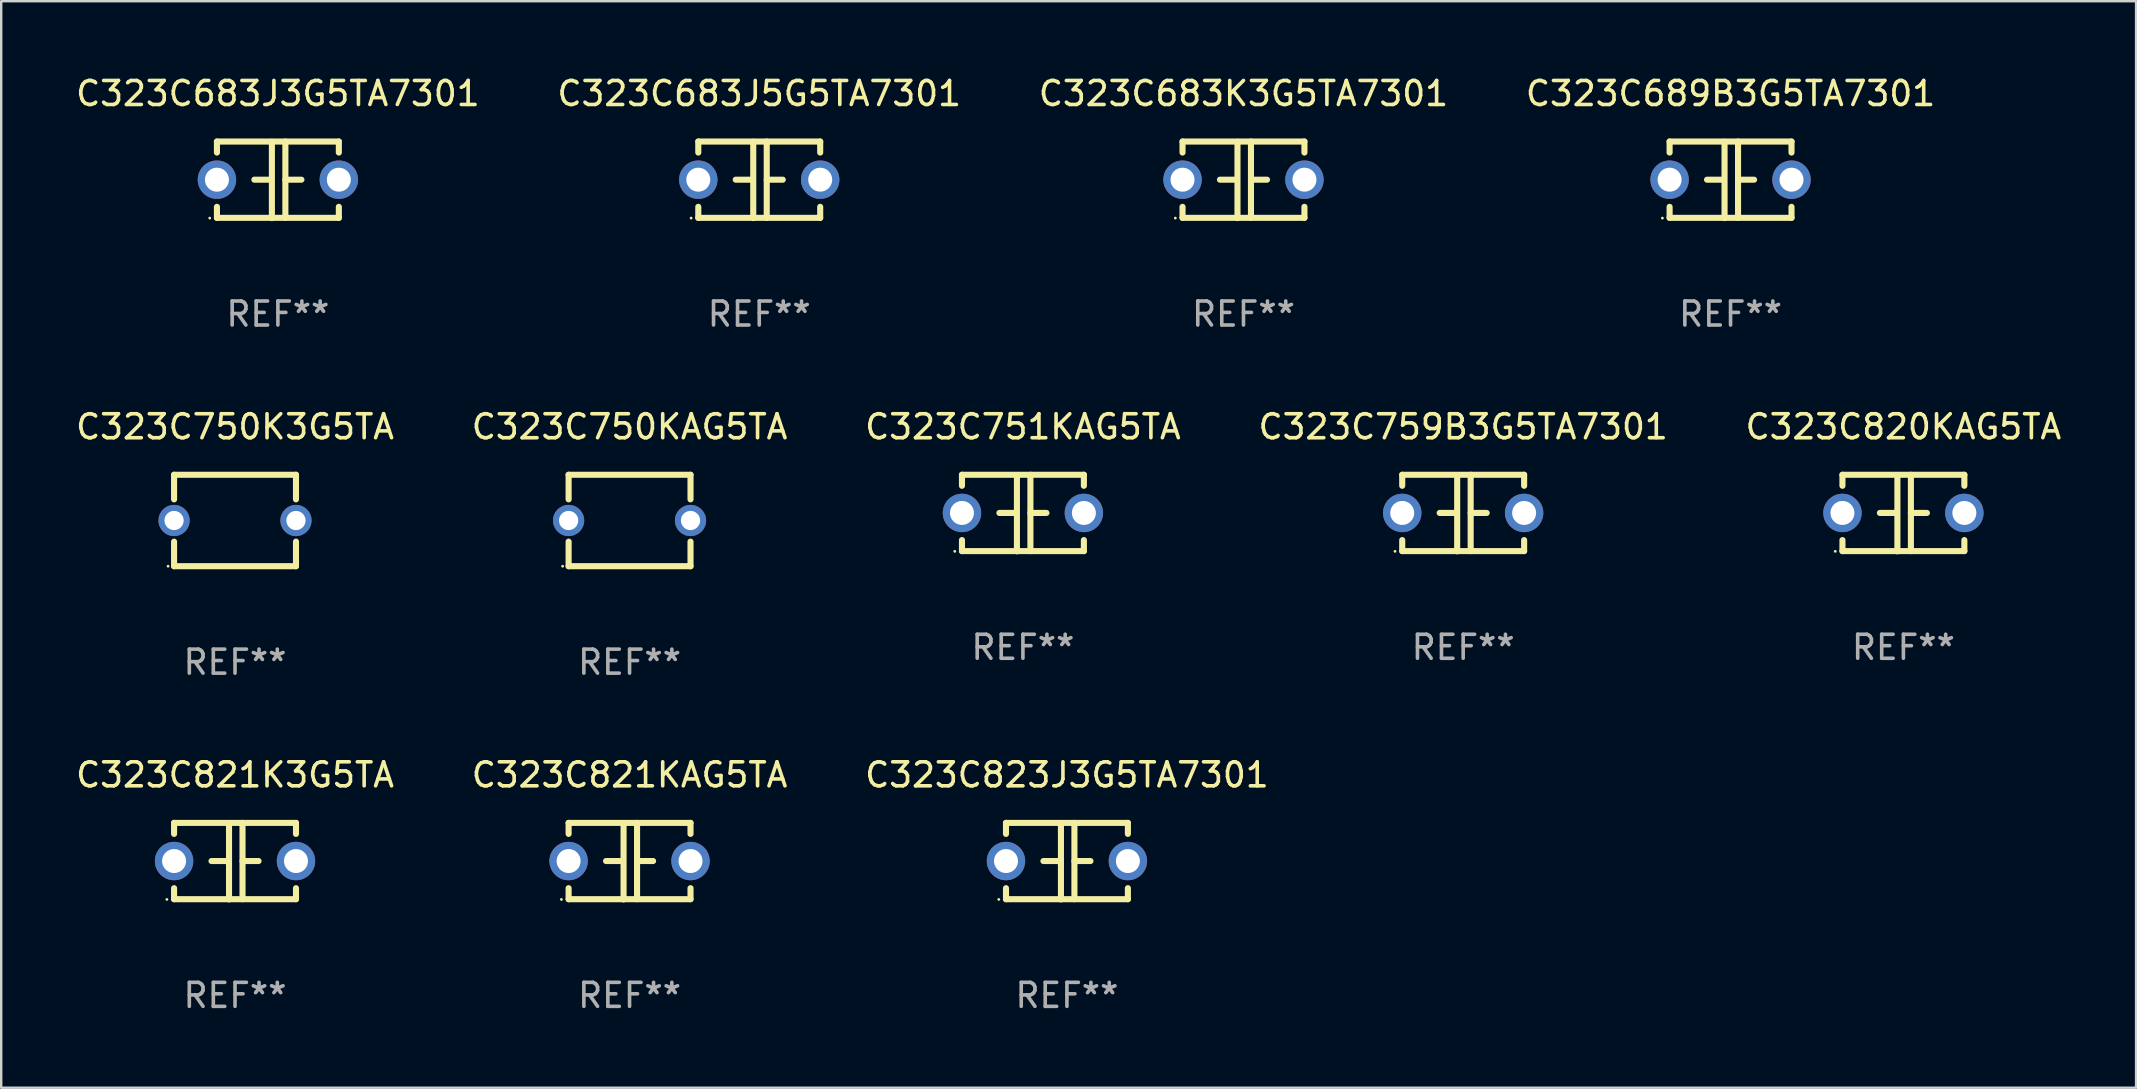
<source format=kicad_pcb>
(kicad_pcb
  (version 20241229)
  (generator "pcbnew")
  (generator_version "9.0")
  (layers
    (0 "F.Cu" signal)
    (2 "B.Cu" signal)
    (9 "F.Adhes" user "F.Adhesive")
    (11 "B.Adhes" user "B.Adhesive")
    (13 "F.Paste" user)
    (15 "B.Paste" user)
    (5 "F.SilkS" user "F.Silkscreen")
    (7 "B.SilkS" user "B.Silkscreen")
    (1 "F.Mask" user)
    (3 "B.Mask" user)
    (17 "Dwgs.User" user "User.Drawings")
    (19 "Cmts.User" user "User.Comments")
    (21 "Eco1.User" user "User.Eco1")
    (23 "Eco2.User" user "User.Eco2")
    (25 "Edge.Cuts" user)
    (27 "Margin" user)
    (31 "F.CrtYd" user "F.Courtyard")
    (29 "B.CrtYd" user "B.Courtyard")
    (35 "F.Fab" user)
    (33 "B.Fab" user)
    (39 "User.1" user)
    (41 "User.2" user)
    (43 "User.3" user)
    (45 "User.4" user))
  (footprint "C323C759B3G5TA7301"
    (layer "F.Cu")
    (at 57.923 18.33)
    (property "Reference" "C323C759B3G5TA7301" (at 0 -3.595 0) (layer "F.SilkS") (effects (font (size 1 1) (thickness 0.15))))
    (attr through_hole)
    (fp_line (start -2.54 -1.595) (end -2.54 -1.136) (stroke (width 0.254) (type solid)) (layer "F.SilkS"))
    (fp_line (start -2.54 -1.595) (end 2.54 -1.595) (stroke (width 0.254) (type solid)) (layer "F.SilkS"))
    (fp_line (start -2.54 1.126) (end -2.54 1.585) (stroke (width 0.254) (type solid)) (layer "F.SilkS"))
    (fp_line (start -0.312 -0.005) (end -0.98 -0.005) (stroke (width 0.254) (type solid)) (layer "F.SilkS"))
    (fp_line (start -0.25 -1.585) (end -0.25 1.595) (stroke (width 0.254) (type solid)) (layer "F.SilkS"))
    (fp_line (start 0.312 -1.595) (end 0.312 1.585) (stroke (width 0.254) (type solid)) (layer "F.SilkS"))
    (fp_line (start 0.312 -0.005) (end 0.98 -0.005) (stroke (width 0.254) (type solid)) (layer "F.SilkS"))
    (fp_line (start 2.54 -1.595) (end 2.54 -1.136) (stroke (width 0.254) (type solid)) (layer "F.SilkS"))
    (fp_line (start 2.54 1.126) (end 2.54 1.585) (stroke (width 0.254) (type solid)) (layer "F.SilkS"))
    (fp_line (start 2.54 1.585) (end -2.54 1.585) (stroke (width 0.254) (type solid)) (layer "F.SilkS"))
    (fp_circle (center -2.84 1.595) (end -2.81 1.595) (stroke (width 0.06) (type solid)) (fill no) (layer "F.SilkS"))
    (fp_text user "REF**" (at 0 5.595 0) (layer "F.Fab") (effects (font (size 1 1) (thickness 0.15))))
    (pad "1" thru_hole circle (at -2.54 -0.005) (size 1.6 1.6) (drill 1) (layers "*.Cu" "*.Mask"))
    (pad "2" thru_hole circle (at 2.54 -0.005) (size 1.6 1.6) (drill 1) (layers "*.Cu" "*.Mask")))
  (footprint "C323C750KAG5TA"
    (layer "F.Cu")
    (at 23.185 18.64)
    (property "Reference" "C323C750KAG5TA" (at 0 -3.905 0) (layer "F.SilkS") (effects (font (size 1 1) (thickness 0.15))))
    (attr through_hole)
    (fp_line (start -2.54 -1.905) (end -2.54 -0.881) (stroke (width 0.254) (type solid)) (layer "F.SilkS"))
    (fp_line (start -2.54 0.881) (end -2.54 1.905) (stroke (width 0.254) (type solid)) (layer "F.SilkS"))
    (fp_line (start -2.54 1.905) (end 2.54 1.905) (stroke (width 0.254) (type solid)) (layer "F.SilkS"))
    (fp_line (start 2.54 -1.905) (end -2.54 -1.905) (stroke (width 0.254) (type solid)) (layer "F.SilkS"))
    (fp_line (start 2.54 -0.881) (end 2.54 -1.905) (stroke (width 0.254) (type solid)) (layer "F.SilkS"))
    (fp_line (start 2.54 1.905) (end 2.54 0.881) (stroke (width 0.254) (type solid)) (layer "F.SilkS"))
    (fp_circle (center -2.79 1.905) (end -2.76 1.905) (stroke (width 0.06) (type solid)) (fill no) (layer "F.SilkS"))
    (fp_text user "REF**" (at 0 5.905 0) (layer "F.Fab") (effects (font (size 1 1) (thickness 0.15))))
    (pad "1" thru_hole circle (at -2.54 0) (size 1.3 1.3) (drill 0.8) (layers "*.Cu" "*.Mask"))
    (pad "2" thru_hole circle (at 2.54 0) (size 1.3 1.3) (drill 0.8) (layers "*.Cu" "*.Mask")))
  (footprint "C323C820KAG5TA"
    (layer "F.Cu")
    (at 76.268 18.33)
    (property "Reference" "C323C820KAG5TA" (at 0 -3.595 0) (layer "F.SilkS") (effects (font (size 1 1) (thickness 0.15))))
    (attr through_hole)
    (fp_line (start -2.54 -1.595) (end -2.54 -1.136) (stroke (width 0.254) (type solid)) (layer "F.SilkS"))
    (fp_line (start -2.54 -1.595) (end 2.54 -1.595) (stroke (width 0.254) (type solid)) (layer "F.SilkS"))
    (fp_line (start -2.54 1.126) (end -2.54 1.585) (stroke (width 0.254) (type solid)) (layer "F.SilkS"))
    (fp_line (start -0.312 -0.005) (end -0.98 -0.005) (stroke (width 0.254) (type solid)) (layer "F.SilkS"))
    (fp_line (start -0.25 -1.585) (end -0.25 1.595) (stroke (width 0.254) (type solid)) (layer "F.SilkS"))
    (fp_line (start 0.312 -1.595) (end 0.312 1.585) (stroke (width 0.254) (type solid)) (layer "F.SilkS"))
    (fp_line (start 0.312 -0.005) (end 0.98 -0.005) (stroke (width 0.254) (type solid)) (layer "F.SilkS"))
    (fp_line (start 2.54 -1.595) (end 2.54 -1.136) (stroke (width 0.254) (type solid)) (layer "F.SilkS"))
    (fp_line (start 2.54 1.126) (end 2.54 1.585) (stroke (width 0.254) (type solid)) (layer "F.SilkS"))
    (fp_line (start 2.54 1.585) (end -2.54 1.585) (stroke (width 0.254) (type solid)) (layer "F.SilkS"))
    (fp_circle (center -2.84 1.595) (end -2.81 1.595) (stroke (width 0.06) (type solid)) (fill no) (layer "F.SilkS"))
    (fp_text user "REF**" (at 0 5.595 0) (layer "F.Fab") (effects (font (size 1 1) (thickness 0.15))))
    (pad "1" thru_hole circle (at -2.54 -0.005) (size 1.6 1.6) (drill 1) (layers "*.Cu" "*.Mask"))
    (pad "2" thru_hole circle (at 2.54 -0.005) (size 1.6 1.6) (drill 1) (layers "*.Cu" "*.Mask")))
  (footprint "C323C750K3G5TA"
    (layer "F.Cu")
    (at 6.744 18.64)
    (property "Reference" "C323C750K3G5TA" (at 0 -3.905 0) (layer "F.SilkS") (effects (font (size 1 1) (thickness 0.15))))
    (attr through_hole)
    (fp_line (start -2.54 -1.905) (end -2.54 -0.881) (stroke (width 0.254) (type solid)) (layer "F.SilkS"))
    (fp_line (start -2.54 0.881) (end -2.54 1.905) (stroke (width 0.254) (type solid)) (layer "F.SilkS"))
    (fp_line (start -2.54 1.905) (end 2.54 1.905) (stroke (width 0.254) (type solid)) (layer "F.SilkS"))
    (fp_line (start 2.54 -1.905) (end -2.54 -1.905) (stroke (width 0.254) (type solid)) (layer "F.SilkS"))
    (fp_line (start 2.54 -0.881) (end 2.54 -1.905) (stroke (width 0.254) (type solid)) (layer "F.SilkS"))
    (fp_line (start 2.54 1.905) (end 2.54 0.881) (stroke (width 0.254) (type solid)) (layer "F.SilkS"))
    (fp_circle (center -2.79 1.905) (end -2.76 1.905) (stroke (width 0.06) (type solid)) (fill no) (layer "F.SilkS"))
    (fp_text user "REF**" (at 0 5.905 0) (layer "F.Fab") (effects (font (size 1 1) (thickness 0.15))))
    (pad "1" thru_hole circle (at -2.54 0) (size 1.3 1.3) (drill 0.8) (layers "*.Cu" "*.Mask"))
    (pad "2" thru_hole circle (at 2.54 0) (size 1.3 1.3) (drill 0.8) (layers "*.Cu" "*.Mask")))
  (footprint "C323C683K3G5TA7301"
    (layer "F.Cu")
    (at 48.768 4.443)
    (property "Reference" "C323C683K3G5TA7301" (at 0 -3.595 0) (layer "F.SilkS") (effects (font (size 1 1) (thickness 0.15))))
    (attr through_hole)
    (fp_line (start -2.54 -1.595) (end -2.54 -1.136) (stroke (width 0.254) (type solid)) (layer "F.SilkS"))
    (fp_line (start -2.54 -1.595) (end 2.54 -1.595) (stroke (width 0.254) (type solid)) (layer "F.SilkS"))
    (fp_line (start -2.54 1.126) (end -2.54 1.585) (stroke (width 0.254) (type solid)) (layer "F.SilkS"))
    (fp_line (start -0.312 -0.005) (end -0.98 -0.005) (stroke (width 0.254) (type solid)) (layer "F.SilkS"))
    (fp_line (start -0.25 -1.585) (end -0.25 1.595) (stroke (width 0.254) (type solid)) (layer "F.SilkS"))
    (fp_line (start 0.312 -1.595) (end 0.312 1.585) (stroke (width 0.254) (type solid)) (layer "F.SilkS"))
    (fp_line (start 0.312 -0.005) (end 0.98 -0.005) (stroke (width 0.254) (type solid)) (layer "F.SilkS"))
    (fp_line (start 2.54 -1.595) (end 2.54 -1.136) (stroke (width 0.254) (type solid)) (layer "F.SilkS"))
    (fp_line (start 2.54 1.126) (end 2.54 1.585) (stroke (width 0.254) (type solid)) (layer "F.SilkS"))
    (fp_line (start 2.54 1.585) (end -2.54 1.585) (stroke (width 0.254) (type solid)) (layer "F.SilkS"))
    (fp_circle (center -2.84 1.595) (end -2.81 1.595) (stroke (width 0.06) (type solid)) (fill no) (layer "F.SilkS"))
    (fp_text user "REF**" (at 0 5.595 0) (layer "F.Fab") (effects (font (size 1 1) (thickness 0.15))))
    (pad "1" thru_hole circle (at -2.54 -0.005) (size 1.6 1.6) (drill 1) (layers "*.Cu" "*.Mask"))
    (pad "2" thru_hole circle (at 2.54 -0.005) (size 1.6 1.6) (drill 1) (layers "*.Cu" "*.Mask")))
  (footprint "C323C683J3G5TA7301"
    (layer "F.Cu")
    (at 8.53 4.443)
    (property "Reference" "C323C683J3G5TA7301" (at 0 -3.595 0) (layer "F.SilkS") (effects (font (size 1 1) (thickness 0.15))))
    (attr through_hole)
    (fp_line (start -2.54 -1.595) (end -2.54 -1.136) (stroke (width 0.254) (type solid)) (layer "F.SilkS"))
    (fp_line (start -2.54 -1.595) (end 2.54 -1.595) (stroke (width 0.254) (type solid)) (layer "F.SilkS"))
    (fp_line (start -2.54 1.126) (end -2.54 1.585) (stroke (width 0.254) (type solid)) (layer "F.SilkS"))
    (fp_line (start -0.312 -0.005) (end -0.98 -0.005) (stroke (width 0.254) (type solid)) (layer "F.SilkS"))
    (fp_line (start -0.25 -1.585) (end -0.25 1.595) (stroke (width 0.254) (type solid)) (layer "F.SilkS"))
    (fp_line (start 0.312 -1.595) (end 0.312 1.585) (stroke (width 0.254) (type solid)) (layer "F.SilkS"))
    (fp_line (start 0.312 -0.005) (end 0.98 -0.005) (stroke (width 0.254) (type solid)) (layer "F.SilkS"))
    (fp_line (start 2.54 -1.595) (end 2.54 -1.136) (stroke (width 0.254) (type solid)) (layer "F.SilkS"))
    (fp_line (start 2.54 1.126) (end 2.54 1.585) (stroke (width 0.254) (type solid)) (layer "F.SilkS"))
    (fp_line (start 2.54 1.585) (end -2.54 1.585) (stroke (width 0.254) (type solid)) (layer "F.SilkS"))
    (fp_circle (center -2.84 1.595) (end -2.81 1.595) (stroke (width 0.06) (type solid)) (fill no) (layer "F.SilkS"))
    (fp_text user "REF**" (at 0 5.595 0) (layer "F.Fab") (effects (font (size 1 1) (thickness 0.15))))
    (pad "1" thru_hole circle (at -2.54 -0.005) (size 1.6 1.6) (drill 1) (layers "*.Cu" "*.Mask"))
    (pad "2" thru_hole circle (at 2.54 -0.005) (size 1.6 1.6) (drill 1) (layers "*.Cu" "*.Mask")))
  (footprint "C323C689B3G5TA7301"
    (layer "F.Cu")
    (at 69.065 4.443)
    (property "Reference" "C323C689B3G5TA7301" (at 0 -3.595 0) (layer "F.SilkS") (effects (font (size 1 1) (thickness 0.15))))
    (attr through_hole)
    (fp_line (start -2.54 -1.595) (end -2.54 -1.136) (stroke (width 0.254) (type solid)) (layer "F.SilkS"))
    (fp_line (start -2.54 -1.595) (end 2.54 -1.595) (stroke (width 0.254) (type solid)) (layer "F.SilkS"))
    (fp_line (start -2.54 1.126) (end -2.54 1.585) (stroke (width 0.254) (type solid)) (layer "F.SilkS"))
    (fp_line (start -0.312 -0.005) (end -0.98 -0.005) (stroke (width 0.254) (type solid)) (layer "F.SilkS"))
    (fp_line (start -0.25 -1.585) (end -0.25 1.595) (stroke (width 0.254) (type solid)) (layer "F.SilkS"))
    (fp_line (start 0.312 -1.595) (end 0.312 1.585) (stroke (width 0.254) (type solid)) (layer "F.SilkS"))
    (fp_line (start 0.312 -0.005) (end 0.98 -0.005) (stroke (width 0.254) (type solid)) (layer "F.SilkS"))
    (fp_line (start 2.54 -1.595) (end 2.54 -1.136) (stroke (width 0.254) (type solid)) (layer "F.SilkS"))
    (fp_line (start 2.54 1.126) (end 2.54 1.585) (stroke (width 0.254) (type solid)) (layer "F.SilkS"))
    (fp_line (start 2.54 1.585) (end -2.54 1.585) (stroke (width 0.254) (type solid)) (layer "F.SilkS"))
    (fp_circle (center -2.84 1.595) (end -2.81 1.595) (stroke (width 0.06) (type solid)) (fill no) (layer "F.SilkS"))
    (fp_text user "REF**" (at 0 5.595 0) (layer "F.Fab") (effects (font (size 1 1) (thickness 0.15))))
    (pad "1" thru_hole circle (at -2.54 -0.005) (size 1.6 1.6) (drill 1) (layers "*.Cu" "*.Mask"))
    (pad "2" thru_hole circle (at 2.54 -0.005) (size 1.6 1.6) (drill 1) (layers "*.Cu" "*.Mask")))
  (footprint "C323C751KAG5TA"
    (layer "F.Cu")
    (at 39.577 18.33)
    (property "Reference" "C323C751KAG5TA" (at 0 -3.595 0) (layer "F.SilkS") (effects (font (size 1 1) (thickness 0.15))))
    (attr through_hole)
    (fp_line (start -2.54 -1.595) (end -2.54 -1.136) (stroke (width 0.254) (type solid)) (layer "F.SilkS"))
    (fp_line (start -2.54 -1.595) (end 2.54 -1.595) (stroke (width 0.254) (type solid)) (layer "F.SilkS"))
    (fp_line (start -2.54 1.126) (end -2.54 1.585) (stroke (width 0.254) (type solid)) (layer "F.SilkS"))
    (fp_line (start -0.312 -0.005) (end -0.98 -0.005) (stroke (width 0.254) (type solid)) (layer "F.SilkS"))
    (fp_line (start -0.25 -1.585) (end -0.25 1.595) (stroke (width 0.254) (type solid)) (layer "F.SilkS"))
    (fp_line (start 0.312 -1.595) (end 0.312 1.585) (stroke (width 0.254) (type solid)) (layer "F.SilkS"))
    (fp_line (start 0.312 -0.005) (end 0.98 -0.005) (stroke (width 0.254) (type solid)) (layer "F.SilkS"))
    (fp_line (start 2.54 -1.595) (end 2.54 -1.136) (stroke (width 0.254) (type solid)) (layer "F.SilkS"))
    (fp_line (start 2.54 1.126) (end 2.54 1.585) (stroke (width 0.254) (type solid)) (layer "F.SilkS"))
    (fp_line (start 2.54 1.585) (end -2.54 1.585) (stroke (width 0.254) (type solid)) (layer "F.SilkS"))
    (fp_circle (center -2.84 1.595) (end -2.81 1.595) (stroke (width 0.06) (type solid)) (fill no) (layer "F.SilkS"))
    (fp_text user "REF**" (at 0 5.595 0) (layer "F.Fab") (effects (font (size 1 1) (thickness 0.15))))
    (pad "1" thru_hole circle (at -2.54 -0.005) (size 1.6 1.6) (drill 1) (layers "*.Cu" "*.Mask"))
    (pad "2" thru_hole circle (at 2.54 -0.005) (size 1.6 1.6) (drill 1) (layers "*.Cu" "*.Mask")))
  (footprint "C323C683J5G5TA7301"
    (layer "F.Cu")
    (at 28.589 4.443)
    (property "Reference" "C323C683J5G5TA7301" (at 0 -3.595 0) (layer "F.SilkS") (effects (font (size 1 1) (thickness 0.15))))
    (attr through_hole)
    (fp_line (start -2.54 -1.595) (end -2.54 -1.136) (stroke (width 0.254) (type solid)) (layer "F.SilkS"))
    (fp_line (start -2.54 -1.595) (end 2.54 -1.595) (stroke (width 0.254) (type solid)) (layer "F.SilkS"))
    (fp_line (start -2.54 1.126) (end -2.54 1.585) (stroke (width 0.254) (type solid)) (layer "F.SilkS"))
    (fp_line (start -0.312 -0.005) (end -0.98 -0.005) (stroke (width 0.254) (type solid)) (layer "F.SilkS"))
    (fp_line (start -0.25 -1.585) (end -0.25 1.595) (stroke (width 0.254) (type solid)) (layer "F.SilkS"))
    (fp_line (start 0.312 -1.595) (end 0.312 1.585) (stroke (width 0.254) (type solid)) (layer "F.SilkS"))
    (fp_line (start 0.312 -0.005) (end 0.98 -0.005) (stroke (width 0.254) (type solid)) (layer "F.SilkS"))
    (fp_line (start 2.54 -1.595) (end 2.54 -1.136) (stroke (width 0.254) (type solid)) (layer "F.SilkS"))
    (fp_line (start 2.54 1.126) (end 2.54 1.585) (stroke (width 0.254) (type solid)) (layer "F.SilkS"))
    (fp_line (start 2.54 1.585) (end -2.54 1.585) (stroke (width 0.254) (type solid)) (layer "F.SilkS"))
    (fp_circle (center -2.84 1.595) (end -2.81 1.595) (stroke (width 0.06) (type solid)) (fill no) (layer "F.SilkS"))
    (fp_text user "REF**" (at 0 5.595 0) (layer "F.Fab") (effects (font (size 1 1) (thickness 0.15))))
    (pad "1" thru_hole circle (at -2.54 -0.005) (size 1.6 1.6) (drill 1) (layers "*.Cu" "*.Mask"))
    (pad "2" thru_hole circle (at 2.54 -0.005) (size 1.6 1.6) (drill 1) (layers "*.Cu" "*.Mask")))
  (footprint "C323C821KAG5TA"
    (layer "F.Cu")
    (at 23.185 32.836)
    (property "Reference" "C323C821KAG5TA" (at 0 -3.595 0) (layer "F.SilkS") (effects (font (size 1 1) (thickness 0.15))))
    (attr through_hole)
    (fp_line (start -2.54 -1.595) (end -2.54 -1.136) (stroke (width 0.254) (type solid)) (layer "F.SilkS"))
    (fp_line (start -2.54 -1.595) (end 2.54 -1.595) (stroke (width 0.254) (type solid)) (layer "F.SilkS"))
    (fp_line (start -2.54 1.126) (end -2.54 1.585) (stroke (width 0.254) (type solid)) (layer "F.SilkS"))
    (fp_line (start -0.312 -0.005) (end -0.98 -0.005) (stroke (width 0.254) (type solid)) (layer "F.SilkS"))
    (fp_line (start -0.25 -1.585) (end -0.25 1.595) (stroke (width 0.254) (type solid)) (layer "F.SilkS"))
    (fp_line (start 0.312 -1.595) (end 0.312 1.585) (stroke (width 0.254) (type solid)) (layer "F.SilkS"))
    (fp_line (start 0.312 -0.005) (end 0.98 -0.005) (stroke (width 0.254) (type solid)) (layer "F.SilkS"))
    (fp_line (start 2.54 -1.595) (end 2.54 -1.136) (stroke (width 0.254) (type solid)) (layer "F.SilkS"))
    (fp_line (start 2.54 1.126) (end 2.54 1.585) (stroke (width 0.254) (type solid)) (layer "F.SilkS"))
    (fp_line (start 2.54 1.585) (end -2.54 1.585) (stroke (width 0.254) (type solid)) (layer "F.SilkS"))
    (fp_circle (center -2.84 1.595) (end -2.81 1.595) (stroke (width 0.06) (type solid)) (fill no) (layer "F.SilkS"))
    (fp_text user "REF**" (at 0 5.595 0) (layer "F.Fab") (effects (font (size 1 1) (thickness 0.15))))
    (pad "1" thru_hole circle (at -2.54 -0.005) (size 1.6 1.6) (drill 1) (layers "*.Cu" "*.Mask"))
    (pad "2" thru_hole circle (at 2.54 -0.005) (size 1.6 1.6) (drill 1) (layers "*.Cu" "*.Mask")))
  (footprint "C323C821K3G5TA"
    (layer "F.Cu")
    (at 6.744 32.836)
    (property "Reference" "C323C821K3G5TA" (at 0 -3.595 0) (layer "F.SilkS") (effects (font (size 1 1) (thickness 0.15))))
    (attr through_hole)
    (fp_line (start -2.54 -1.595) (end -2.54 -1.136) (stroke (width 0.254) (type solid)) (layer "F.SilkS"))
    (fp_line (start -2.54 -1.595) (end 2.54 -1.595) (stroke (width 0.254) (type solid)) (layer "F.SilkS"))
    (fp_line (start -2.54 1.126) (end -2.54 1.585) (stroke (width 0.254) (type solid)) (layer "F.SilkS"))
    (fp_line (start -0.312 -0.005) (end -0.98 -0.005) (stroke (width 0.254) (type solid)) (layer "F.SilkS"))
    (fp_line (start -0.25 -1.585) (end -0.25 1.595) (stroke (width 0.254) (type solid)) (layer "F.SilkS"))
    (fp_line (start 0.312 -1.595) (end 0.312 1.585) (stroke (width 0.254) (type solid)) (layer "F.SilkS"))
    (fp_line (start 0.312 -0.005) (end 0.98 -0.005) (stroke (width 0.254) (type solid)) (layer "F.SilkS"))
    (fp_line (start 2.54 -1.595) (end 2.54 -1.136) (stroke (width 0.254) (type solid)) (layer "F.SilkS"))
    (fp_line (start 2.54 1.126) (end 2.54 1.585) (stroke (width 0.254) (type solid)) (layer "F.SilkS"))
    (fp_line (start 2.54 1.585) (end -2.54 1.585) (stroke (width 0.254) (type solid)) (layer "F.SilkS"))
    (fp_circle (center -2.84 1.595) (end -2.81 1.595) (stroke (width 0.06) (type solid)) (fill no) (layer "F.SilkS"))
    (fp_text user "REF**" (at 0 5.595 0) (layer "F.Fab") (effects (font (size 1 1) (thickness 0.15))))
    (pad "1" thru_hole circle (at -2.54 -0.005) (size 1.6 1.6) (drill 1) (layers "*.Cu" "*.Mask"))
    (pad "2" thru_hole circle (at 2.54 -0.005) (size 1.6 1.6) (drill 1) (layers "*.Cu" "*.Mask")))
  (footprint "C323C823J3G5TA7301"
    (layer "F.Cu")
    (at 41.411 32.836)
    (property "Reference" "C323C823J3G5TA7301" (at 0 -3.595 0) (layer "F.SilkS") (effects (font (size 1 1) (thickness 0.15))))
    (attr through_hole)
    (fp_line (start -2.54 -1.595) (end -2.54 -1.136) (stroke (width 0.254) (type solid)) (layer "F.SilkS"))
    (fp_line (start -2.54 -1.595) (end 2.54 -1.595) (stroke (width 0.254) (type solid)) (layer "F.SilkS"))
    (fp_line (start -2.54 1.126) (end -2.54 1.585) (stroke (width 0.254) (type solid)) (layer "F.SilkS"))
    (fp_line (start -0.312 -0.005) (end -0.98 -0.005) (stroke (width 0.254) (type solid)) (layer "F.SilkS"))
    (fp_line (start -0.25 -1.585) (end -0.25 1.595) (stroke (width 0.254) (type solid)) (layer "F.SilkS"))
    (fp_line (start 0.312 -1.595) (end 0.312 1.585) (stroke (width 0.254) (type solid)) (layer "F.SilkS"))
    (fp_line (start 0.312 -0.005) (end 0.98 -0.005) (stroke (width 0.254) (type solid)) (layer "F.SilkS"))
    (fp_line (start 2.54 -1.595) (end 2.54 -1.136) (stroke (width 0.254) (type solid)) (layer "F.SilkS"))
    (fp_line (start 2.54 1.126) (end 2.54 1.585) (stroke (width 0.254) (type solid)) (layer "F.SilkS"))
    (fp_line (start 2.54 1.585) (end -2.54 1.585) (stroke (width 0.254) (type solid)) (layer "F.SilkS"))
    (fp_circle (center -2.84 1.595) (end -2.81 1.595) (stroke (width 0.06) (type solid)) (fill no) (layer "F.SilkS"))
    (fp_text user "REF**" (at 0 5.595 0) (layer "F.Fab") (effects (font (size 1 1) (thickness 0.15))))
    (pad "1" thru_hole circle (at -2.54 -0.005) (size 1.6 1.6) (drill 1) (layers "*.Cu" "*.Mask"))
    (pad "2" thru_hole circle (at 2.54 -0.005) (size 1.6 1.6) (drill 1) (layers "*.Cu" "*.Mask")))
  (gr_rect
    (start -3 -3)
    (end 85.964 42.279)
    (stroke (width 0.1) (type default))
    (fill no)
    (layer "Edge.Cuts")))
</source>
